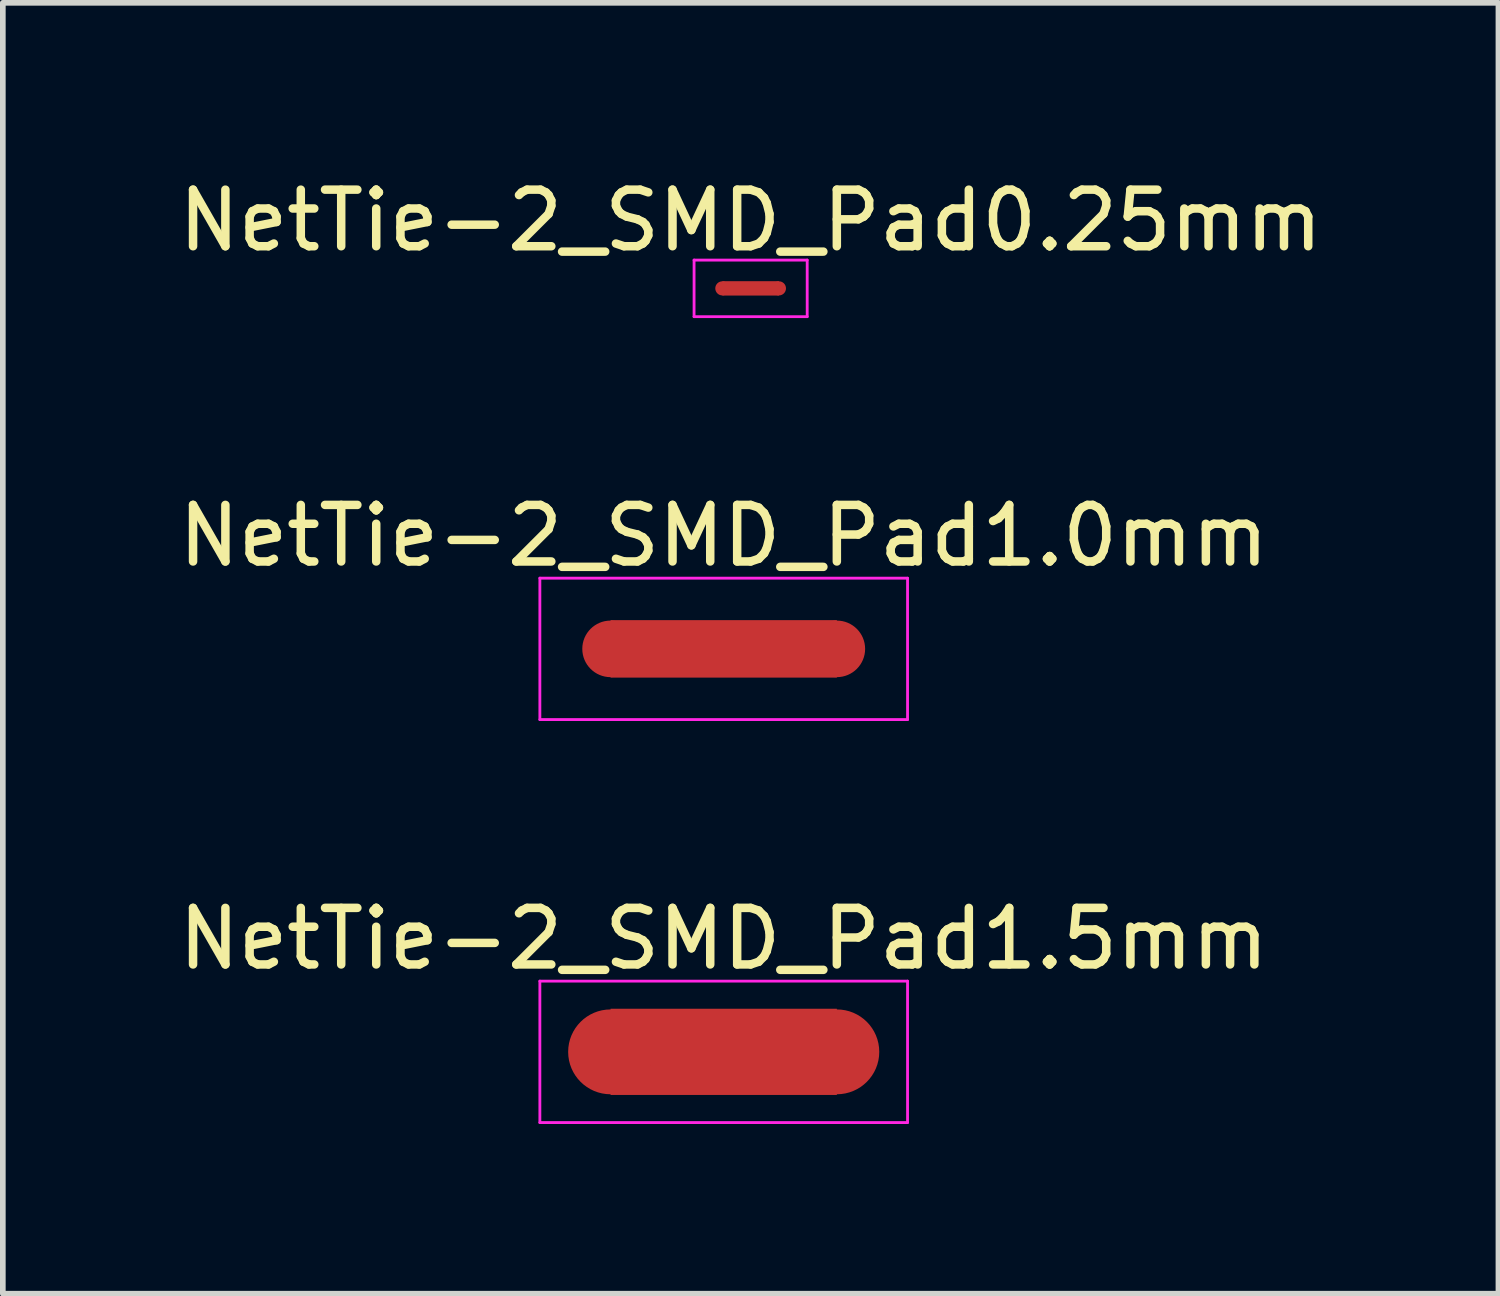
<source format=kicad_pcb>
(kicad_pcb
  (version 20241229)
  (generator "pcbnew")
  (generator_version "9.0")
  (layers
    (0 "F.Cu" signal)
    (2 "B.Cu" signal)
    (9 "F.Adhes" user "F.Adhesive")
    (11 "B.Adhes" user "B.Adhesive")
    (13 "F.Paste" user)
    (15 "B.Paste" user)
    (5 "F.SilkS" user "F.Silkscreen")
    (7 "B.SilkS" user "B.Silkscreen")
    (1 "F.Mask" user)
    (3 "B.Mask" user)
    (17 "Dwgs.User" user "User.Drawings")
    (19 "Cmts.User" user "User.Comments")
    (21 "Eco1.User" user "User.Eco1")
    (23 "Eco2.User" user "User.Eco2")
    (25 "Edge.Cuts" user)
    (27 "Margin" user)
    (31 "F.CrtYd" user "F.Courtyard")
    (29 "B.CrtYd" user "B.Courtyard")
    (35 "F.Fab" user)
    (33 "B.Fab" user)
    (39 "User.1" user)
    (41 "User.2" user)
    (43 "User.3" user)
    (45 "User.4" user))
  (footprint "NetTie-2_SMD_Pad1.0mm"
    (layer "F.Cu")
    (at 9.744 8.421)
    (property "Reference" "NetTie-2_SMD_Pad1.0mm" (at 0 -2 0) (layer "F.SilkS") (effects (font (size 1 1) (thickness 0.15))))
    (attr exclude_from_pos_files exclude_from_bom)
    (fp_poly (pts (xy -2 -0.508) (xy 2 -0.508) (xy 2 0.508) (xy -2 0.508)) (stroke (width 0) (type solid)) (fill yes) (layer "F.Cu"))
    (fp_line (start -3.25 -1.25) (end 3.25 -1.25) (stroke (width 0.05) (type solid)) (layer "F.CrtYd"))
    (fp_line (start -3.25 1.25) (end -3.25 -1.25) (stroke (width 0.05) (type solid)) (layer "F.CrtYd"))
    (fp_line (start 3.25 -1.25) (end 3.25 1.25) (stroke (width 0.05) (type solid)) (layer "F.CrtYd"))
    (fp_line (start 3.25 1.25) (end -3.25 1.25) (stroke (width 0.05) (type solid)) (layer "F.CrtYd"))
    (pad "1" smd circle (at -2 0) (size 1 1) (layers "F.Cu"))
    (pad "2" smd circle (at 2 0) (size 1 1) (layers "F.Cu")))
  (footprint "NetTie-2_SMD_Pad1.5mm"
    (layer "F.Cu")
    (at 9.744 15.545)
    (property "Reference" "NetTie-2_SMD_Pad1.5mm" (at 0 -2 0) (layer "F.SilkS") (effects (font (size 1 1) (thickness 0.15))))
    (attr exclude_from_pos_files exclude_from_bom)
    (fp_poly (pts (xy -2 -0.762) (xy 2 -0.762) (xy 2 0.762) (xy -2 0.762)) (stroke (width 0) (type solid)) (fill yes) (layer "F.Cu"))
    (fp_line (start -3.25 -1.25) (end 3.25 -1.25) (stroke (width 0.05) (type solid)) (layer "F.CrtYd"))
    (fp_line (start -3.25 1.25) (end -3.25 -1.25) (stroke (width 0.05) (type solid)) (layer "F.CrtYd"))
    (fp_line (start 3.25 -1.25) (end 3.25 1.25) (stroke (width 0.05) (type solid)) (layer "F.CrtYd"))
    (fp_line (start 3.25 1.25) (end -3.25 1.25) (stroke (width 0.05) (type solid)) (layer "F.CrtYd"))
    (pad "1" smd circle (at -2 0) (size 1.5 1.5) (layers "F.Cu"))
    (pad "2" smd circle (at 2 0) (size 1.5 1.5) (layers "F.Cu")))
  (footprint "NetTie-2_SMD_Pad0.25mm"
    (layer "F.Cu")
    (at 10.22 2.048)
    (property "Reference" "NetTie-2_SMD_Pad0.25mm" (at 0 -1.2 0) (layer "F.SilkS") (effects (font (size 1 1) (thickness 0.15))))
    (attr exclude_from_pos_files exclude_from_bom)
    (fp_poly (pts (xy -0.5 -0.127) (xy 0.5 -0.127) (xy 0.5 0.127) (xy -0.5 0.127)) (stroke (width 0) (type solid)) (fill yes) (layer "F.Cu"))
    (fp_line (start -1 -0.5) (end -1 0.5) (stroke (width 0.05) (type solid)) (layer "F.CrtYd"))
    (fp_line (start -1 0.5) (end 1 0.5) (stroke (width 0.05) (type solid)) (layer "F.CrtYd"))
    (fp_line (start 1 -0.5) (end -1 -0.5) (stroke (width 0.05) (type solid)) (layer "F.CrtYd"))
    (fp_line (start 1 0.5) (end 1 -0.5) (stroke (width 0.05) (type solid)) (layer "F.CrtYd"))
    (pad "1" smd circle (at -0.5 0) (size 0.25 0.25) (layers "F.Cu"))
    (pad "2" smd circle (at 0.5 0) (size 0.25 0.25) (layers "F.Cu")))
  (gr_rect
    (start -3 -3)
    (end 23.44 19.82)
    (stroke (width 0.1) (type default))
    (fill no)
    (layer "Edge.Cuts")))
</source>
